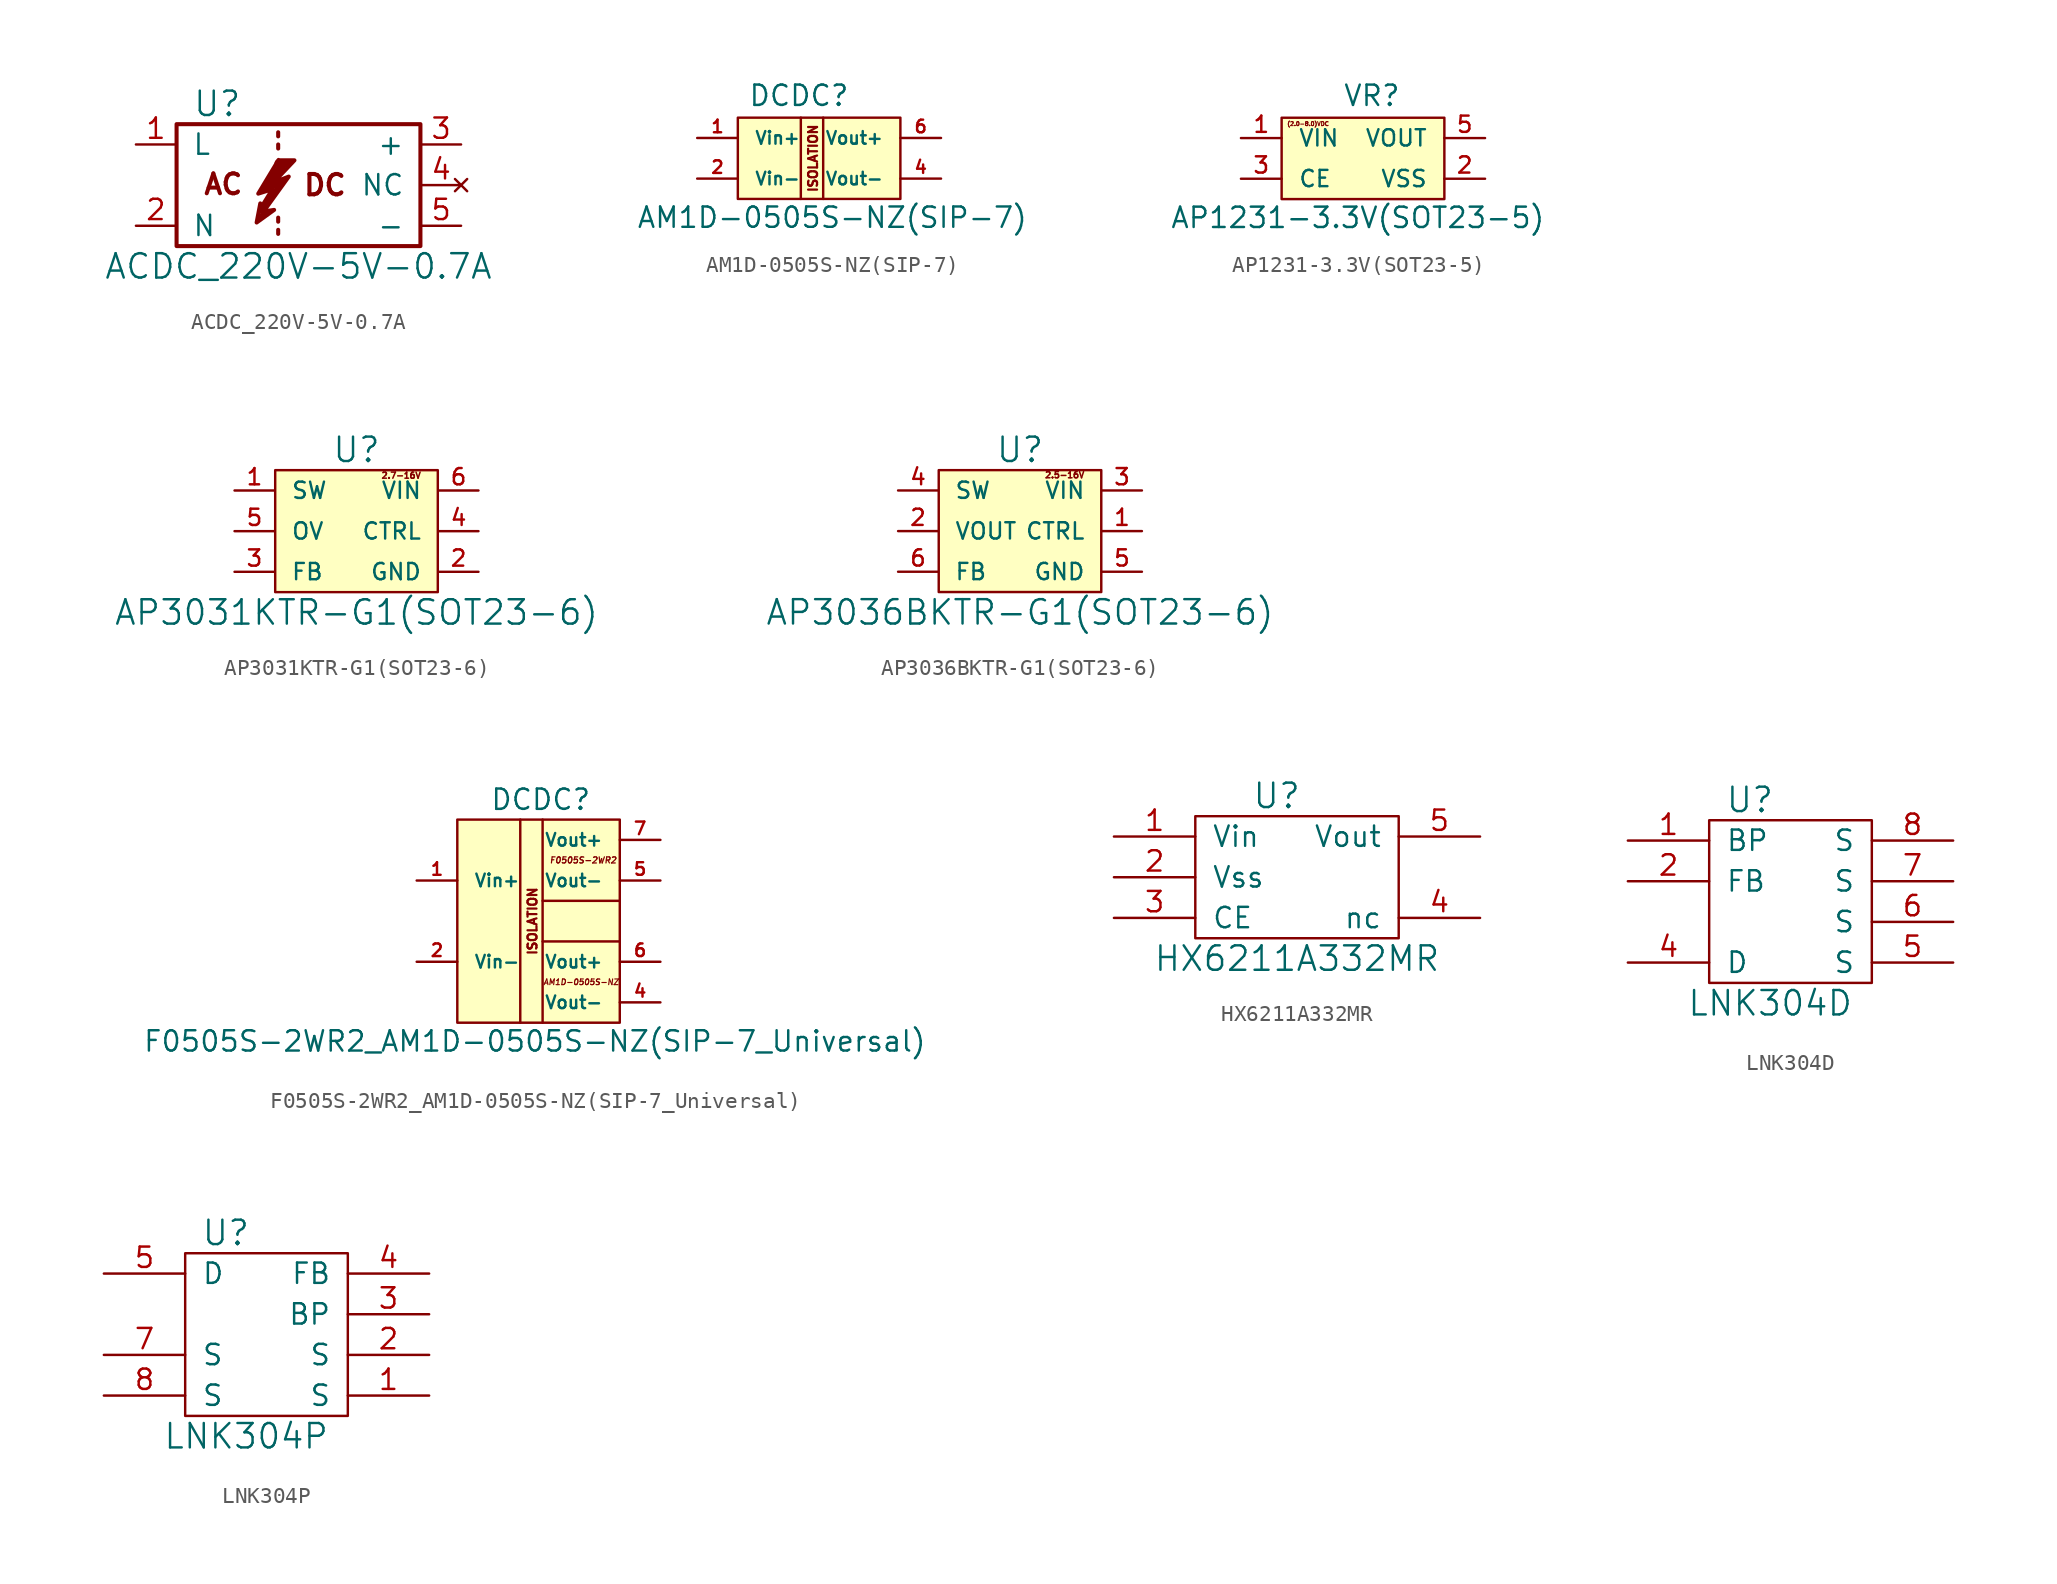
<source format=kicad_sym>
(kicad_symbol_lib
  (version 20211014)
  (generator kicad_symbol_editor)
  (symbol "ACDC_220V-5V-0.7A"
    (pin_names
      (offset 1.016))
    (property "Reference" "U"
      (at -2.54 5.08 0)
      (effects (font (size 1.524 1.524))))
    (property "Value" "ACDC_220V-5V-0.7A"
      (at 2.54 -5.08 0)
      (effects (font (size 1.524 1.524))))
    (property "Footprint" ""
      (at 1.778 -0.076 0)
      (effects (font (size 1.524 1.524))))
    (property "Datasheet" ""
      (at 1.778 -0.076 0)
      (effects (font (size 1.524 1.524))))
    (symbol "ACDC_220V-5V-0.7A_0_0"
      (polyline (pts (xy 0.457 -1.753) (xy 0.178 -1.956)) (stroke (width 0.305) (type default) (color 0 0 0 0)) (fill (type none)))
      (polyline (pts (xy 0.559 -0.102) (xy 1.372 0.178)) (stroke (width 0.508) (type default) (color 0 0 0 0)) (fill (type none)))
      (polyline (pts (xy 1.245 -0.127) (xy 0.203 -1.651)) (stroke (width 0.305) (type default) (color 0 0 0 0)) (fill (type none)))
      (polyline (pts (xy 1.27 -2.794) (xy 1.27 -3.048)) (stroke (width 0.254) (type default) (color 0 0 0 0)) (fill (type none)))
      (polyline (pts (xy 1.27 -2.032) (xy 1.27 -2.286)) (stroke (width 0.254) (type default) (color 0 0 0 0)) (fill (type none)))
      (polyline (pts (xy 1.27 2.54) (xy 1.27 2.286)) (stroke (width 0.254) (type default) (color 0 0 0 0)) (fill (type none)))
      (polyline (pts (xy 1.27 3.302) (xy 1.27 3.048)) (stroke (width 0.254) (type default) (color 0 0 0 0)) (fill (type none)))
      (polyline (pts (xy 1.295 1.372) (xy 1.854 1.372)) (stroke (width 0.508) (type default) (color 0 0 0 0)) (fill (type none)))
      (polyline (pts (xy 1.651 1.372) (xy 0.457 -0.152)) (stroke (width 0.508) (type default) (color 0 0 0 0)) (fill (type none)))
      (polyline (pts (xy 1.295 1.549) (xy 2.286 1.549) (xy 0.965 0.152) (xy 1.93 0.533) (xy 0.356 -1.651) (xy 1.016 -1.549) (xy -0.076 -2.337) (xy 0.152 -1.143) (xy 0.254 -1.321) (xy 0.914 -0.254) (xy 0.025 -0.533) (xy 1.295 1.575)) (stroke (width 0.254) (type default) (color 0 0 0 0)) (fill (type none)))
      (text "AC" (at -2.159 0.051 0) (effects (font (size 1.245 1.245) bold)))
      (text "DC" (at 4.191 0 0) (effects (font (size 1.27 1.27) bold))))
    (symbol "ACDC_220V-5V-0.7A_0_1"
      (rectangle (start -5.08 3.81) (end 10.16 -3.81) (stroke (width 0.254) (type default) (color 0 0 0 0)) (fill (type none))))
    (symbol "ACDC_220V-5V-0.7A_1_1"
      (pin input line (at -7.62 2.54 0) (length 2.489) (name "L" (effects (font (size 1.27 1.27)))) (number "1" (effects (font (size 1.27 1.27)))))
      (pin input line (at -7.62 -2.54 0) (length 2.489) (name "N" (effects (font (size 1.27 1.27)))) (number "2" (effects (font (size 1.27 1.27)))))
      (pin power_out line (at 12.7 2.54 180) (length 2.489) (name "+" (effects (font (size 1.27 1.27)))) (number "3" (effects (font (size 1.27 1.27)))))
      (pin no_connect line (at 12.7 0 180) (length 2.489) (name "NC" (effects (font (size 1.27 1.27)))) (number "4" (effects (font (size 1.27 1.27)))))
      (pin power_in line (at 12.7 -2.54 180) (length 2.489) (name "-" (effects (font (size 1.27 1.27)))) (number "5" (effects (font (size 1.27 1.27)))))))
  (symbol "AM1D-0505S-NZ(SIP-7)"
    (pin_names
      (offset 1.016))
    (property "Reference" "DCDC"
      (at -4.445 1.905 0)
      (effects (font (size 1.27 1.27)) (justify left bottom)))
    (property "Value" "AM1D-0505S-NZ(SIP-7)"
      (at -11.43 -5.715 0)
      (effects (font (size 1.27 1.27)) (justify left bottom)))
    (property "Datasheet" ""
      (at 0 -1.27 0)
      (effects (font (size 2.54 2.54))))
    (symbol "AM1D-0505S-NZ(SIP-7)_0_0"
      (text "ISOLATION" (at -0.381 -1.27 900) (effects (font (size 0.559 0.559)))))
    (symbol "AM1D-0505S-NZ(SIP-7)_1_0"
      (polyline (pts (xy -1.143 1.27) (xy -1.143 -3.81)) (stroke (width 0) (type default) (color 0 0 0 0)) (fill (type none)))
      (polyline (pts (xy 0.254 1.27) (xy 0.254 -3.81)) (stroke (width 0) (type default) (color 0 0 0 0)) (fill (type none)))
      (rectangle (start 5.08 1.27) (end -5.08 -3.81) (stroke (width 0) (type default) (color 0 0 0 0)) (fill (type background))))
    (symbol "AM1D-0505S-NZ(SIP-7)_1_1"
      (pin power_in line (at -7.62 0 0) (length 2.54) (name "Vin+" (effects (font (size 0.787 0.787)))) (number "1" (effects (font (size 0.787 0.787)))))
      (pin input line (at -7.62 -2.54 0) (length 2.54) (name "Vin-" (effects (font (size 0.787 0.787)))) (number "2" (effects (font (size 0.787 0.787)))))
      (pin power_in line (at 7.62 -2.54 180) (length 2.54) (name "Vout-" (effects (font (size 0.787 0.787)))) (number "4" (effects (font (size 0.787 0.787)))))
      (pin power_out line (at 7.62 0 180) (length 2.54) (name "Vout+" (effects (font (size 0.787 0.787)))) (number "6" (effects (font (size 0.787 0.787)))))))
  (symbol "AP1231-3.3V(SOT23-5)"
    (pin_names
      (offset 1.016))
    (property "Reference" "VR"
      (at -1.27 3.175 0)
      (effects (font (size 1.27 1.27)) (justify left bottom)))
    (property "Value" "AP1231-3.3V(SOT23-5)"
      (at -12.065 -4.445 0)
      (effects (font (size 1.27 1.27)) (justify left bottom)))
    (symbol "AP1231-3.3V(SOT23-5)_0_0"
      (text "(2.0-8.0)VDC" (at -3.429 2.159 0) (effects (font (size 0.254 0.254)))))
    (symbol "AP1231-3.3V(SOT23-5)_1_0"
      (rectangle (start -5.08 2.54) (end 5.08 -2.54) (stroke (width 0) (type default) (color 0 0 0 0)) (fill (type background))))
    (symbol "AP1231-3.3V(SOT23-5)_1_1"
      (pin power_in line (at -7.62 1.27 0) (length 2.54) (name "VIN" (effects (font (size 1.016 1.016)))) (number "1" (effects (font (size 1.016 1.016)))))
      (pin power_in line (at 7.62 -1.27 180) (length 2.54) (name "VSS" (effects (font (size 1.016 1.016)))) (number "2" (effects (font (size 1.016 1.016)))))
      (pin input line (at -7.62 -1.27 0) (length 2.54) (name "CE" (effects (font (size 1.016 1.016)))) (number "3" (effects (font (size 1.016 1.016)))))
      (pin power_out line (at 7.62 1.27 180) (length 2.54) (name "VOUT" (effects (font (size 1.016 1.016)))) (number "5" (effects (font (size 1.016 1.016)))))))
  (symbol "AP3031KTR-G1(SOT23-6)"
    (pin_names
      (offset 1.016))
    (property "Reference" "U"
      (at 0 5.08 0)
      (effects (font (size 1.524 1.524))))
    (property "Value" "AP3031KTR-G1(SOT23-6)"
      (at 0 -5.08 0)
      (effects (font (size 1.524 1.524))))
    (symbol "AP3031KTR-G1(SOT23-6)_0_0"
      (text "2.7-16V" (at 2.794 3.48 0) (effects (font (size 0.381 0.381)))))
    (symbol "AP3031KTR-G1(SOT23-6)_1_0"
      (rectangle (start -5.08 3.81) (end 5.08 -3.81) (stroke (width 0) (type default) (color 0 0 0 0)) (fill (type background))))
    (symbol "AP3031KTR-G1(SOT23-6)_1_1"
      (pin open_collector line (at -7.62 2.54 0) (length 2.489) (name "SW" (effects (font (size 1.016 1.016)))) (number "1" (effects (font (size 1.016 1.016)))))
      (pin power_in line (at 7.62 -2.54 180) (length 2.489) (name "GND" (effects (font (size 1.016 1.016)))) (number "2" (effects (font (size 1.016 1.016)))))
      (pin input line (at -7.62 -2.54 0) (length 2.489) (name "FB" (effects (font (size 1.016 1.016)))) (number "3" (effects (font (size 1.016 1.016)))))
      (pin input line (at 7.62 0 180) (length 2.489) (name "CTRL" (effects (font (size 1.016 1.016)))) (number "4" (effects (font (size 1.016 1.016)))))
      (pin input line (at -7.62 0 0) (length 2.489) (name "OV" (effects (font (size 1.016 1.016)))) (number "5" (effects (font (size 1.016 1.016)))))
      (pin power_in line (at 7.62 2.54 180) (length 2.489) (name "VIN" (effects (font (size 1.016 1.016)))) (number "6" (effects (font (size 1.016 1.016)))))))
  (symbol "AP3036BKTR-G1(SOT23-6)"
    (pin_names
      (offset 1.016))
    (property "Reference" "U"
      (at 0 5.08 0)
      (effects (font (size 1.524 1.524))))
    (property "Value" "AP3036BKTR-G1(SOT23-6)"
      (at 0 -5.08 0)
      (effects (font (size 1.524 1.524))))
    (symbol "AP3036BKTR-G1(SOT23-6)_0_0"
      (text "2.5-16V" (at 2.794 3.505 0) (effects (font (size 0.381 0.381)))))
    (symbol "AP3036BKTR-G1(SOT23-6)_1_0"
      (rectangle (start -5.08 3.81) (end 5.08 -3.81) (stroke (width 0) (type default) (color 0 0 0 0)) (fill (type background))))
    (symbol "AP3036BKTR-G1(SOT23-6)_1_1"
      (pin input line (at 7.62 0 180) (length 2.489) (name "CTRL" (effects (font (size 1.016 1.016)))) (number "1" (effects (font (size 1.016 1.016)))))
      (pin power_out line (at -7.62 0 0) (length 2.489) (name "VOUT" (effects (font (size 1.016 1.016)))) (number "2" (effects (font (size 1.016 1.016)))))
      (pin power_in line (at 7.62 2.54 180) (length 2.489) (name "VIN" (effects (font (size 1.016 1.016)))) (number "3" (effects (font (size 1.016 1.016)))))
      (pin open_collector line (at -7.62 2.54 0) (length 2.489) (name "SW" (effects (font (size 1.016 1.016)))) (number "4" (effects (font (size 1.016 1.016)))))
      (pin power_in line (at 7.62 -2.54 180) (length 2.489) (name "GND" (effects (font (size 1.016 1.016)))) (number "5" (effects (font (size 1.016 1.016)))))
      (pin input line (at -7.62 -2.54 0) (length 2.489) (name "FB" (effects (font (size 1.016 1.016)))) (number "6" (effects (font (size 1.016 1.016)))))))
  (symbol "F0505S-2WR2_AM1D-0505S-NZ(SIP-7_Universal)"
    (pin_names
      (offset 1.016))
    (property "Reference" "DCDC"
      (at -3.048 6.858 0)
      (effects (font (size 1.27 1.27)) (justify left bottom)))
    (property "Value" "F0505S-2WR2_AM1D-0505S-NZ(SIP-7_Universal)"
      (at -24.765 -8.255 0)
      (effects (font (size 1.27 1.27)) (justify left bottom)))
    (property "Datasheet" ""
      (at 0 -1.27 0)
      (effects (font (size 2.54 2.54))))
    (symbol "F0505S-2WR2_AM1D-0505S-NZ(SIP-7_Universal)_0_0"
      (polyline (pts (xy 5.08 -1.27) (xy 0.254 -1.27)) (stroke (width 0) (type default) (color 0 0 0 0)) (fill (type none)))
      (polyline (pts (xy 5.08 1.27) (xy 0.254 1.27)) (stroke (width 0) (type default) (color 0 0 0 0)) (fill (type none)))
      (text "AM1D-0505S-NZ" (at 2.667 -3.81 0) (effects (font (size 0.356 0.356) bold italic)))
      (text "F0505S-2WR2" (at 2.794 3.81 0) (effects (font (size 0.381 0.381) bold italic)))
      (text "ISOLATION" (at -0.381 0 900) (effects (font (size 0.559 0.559)))))
    (symbol "F0505S-2WR2_AM1D-0505S-NZ(SIP-7_Universal)_1_0"
      (polyline (pts (xy -1.143 6.35) (xy -1.143 -6.35)) (stroke (width 0) (type default) (color 0 0 0 0)) (fill (type none)))
      (polyline (pts (xy 0.254 6.35) (xy 0.254 -6.35)) (stroke (width 0) (type default) (color 0 0 0 0)) (fill (type none)))
      (rectangle (start 5.08 6.35) (end -5.08 -6.35) (stroke (width 0) (type default) (color 0 0 0 0)) (fill (type background))))
    (symbol "F0505S-2WR2_AM1D-0505S-NZ(SIP-7_Universal)_1_1"
      (pin power_in line (at -7.62 2.54 0) (length 2.54) (name "Vin+" (effects (font (size 0.787 0.787)))) (number "1" (effects (font (size 0.787 0.787)))))
      (pin input line (at -7.62 -2.54 0) (length 2.54) (name "Vin-" (effects (font (size 0.787 0.787)))) (number "2" (effects (font (size 0.787 0.787)))))
      (pin power_in line (at 7.62 -5.08 180) (length 2.54) (name "Vout-" (effects (font (size 0.787 0.787)))) (number "4" (effects (font (size 0.787 0.787)))))
      (pin power_in line (at 7.62 2.54 180) (length 2.54) (name "Vout-" (effects (font (size 0.787 0.787)))) (number "5" (effects (font (size 0.787 0.787)))))
      (pin power_in line (at 7.62 -2.54 180) (length 2.54) (name "Vout+" (effects (font (size 0.787 0.787)))) (number "6" (effects (font (size 0.787 0.787)))))
      (pin power_in line (at 7.62 5.08 180) (length 2.54) (name "Vout+" (effects (font (size 0.787 0.787)))) (number "7" (effects (font (size 0.787 0.787)))))))
  (symbol "HX6211A332MR"
    (pin_names
      (offset 1.016))
    (property "Reference" "U"
      (at -1.27 5.08 0)
      (effects (font (size 1.524 1.524))))
    (property "Value" "HX6211A332MR"
      (at 0 -5.08 0)
      (effects (font (size 1.524 1.524))))
    (symbol "HX6211A332MR_0_1"
      (rectangle (start -6.35 3.81) (end 6.35 -3.81) (stroke (width 0) (type default) (color 0 0 0 0)) (fill (type none))))
    (symbol "HX6211A332MR_1_1"
      (pin power_in line (at -11.43 2.54 0) (length 5.08) (name "Vin" (effects (font (size 1.27 1.27)))) (number "1" (effects (font (size 1.27 1.27)))))
      (pin power_in line (at -11.43 0 0) (length 5.08) (name "Vss" (effects (font (size 1.27 1.27)))) (number "2" (effects (font (size 1.27 1.27)))))
      (pin input line (at -11.43 -2.54 0) (length 5.08) (name "CE" (effects (font (size 1.27 1.27)))) (number "3" (effects (font (size 1.27 1.27)))))
      (pin passive line (at 11.43 -2.54 180) (length 5.08) (name "nc" (effects (font (size 1.27 1.27)))) (number "4" (effects (font (size 1.27 1.27)))))
      (pin power_out line (at 11.43 2.54 180) (length 5.08) (name "Vout" (effects (font (size 1.27 1.27)))) (number "5" (effects (font (size 1.27 1.27)))))))
  (symbol "LNK304D"
    (pin_names
      (offset 1.016))
    (property "Reference" "U"
      (at -2.54 6.35 0)
      (effects (font (size 1.524 1.524))))
    (property "Value" "LNK304D"
      (at -1.27 -6.35 0)
      (effects (font (size 1.524 1.524))))
    (property "Footprint" ""
      (at 0 0 0)
      (effects (font (size 1.524 1.524))))
    (property "Datasheet" ""
      (at 0 0 0)
      (effects (font (size 1.524 1.524))))
    (symbol "LNK304D_0_1"
      (rectangle (start -5.08 5.08) (end 5.08 -5.08) (stroke (width 0) (type default) (color 0 0 0 0)) (fill (type none))))
    (symbol "LNK304D_1_1"
      (pin input line (at -10.16 3.81 0) (length 5.08) (name "BP" (effects (font (size 1.27 1.27)))) (number "1" (effects (font (size 1.27 1.27)))))
      (pin input line (at -10.16 1.27 0) (length 5.08) (name "FB" (effects (font (size 1.27 1.27)))) (number "2" (effects (font (size 1.27 1.27)))))
      (pin input line (at -10.16 -3.81 0) (length 5.08) (name "D" (effects (font (size 1.27 1.27)))) (number "4" (effects (font (size 1.27 1.27)))))
      (pin input line (at 10.16 -3.81 180) (length 5.08) (name "S" (effects (font (size 1.27 1.27)))) (number "5" (effects (font (size 1.27 1.27)))))
      (pin input line (at 10.16 -1.27 180) (length 5.08) (name "S" (effects (font (size 1.27 1.27)))) (number "6" (effects (font (size 1.27 1.27)))))
      (pin input line (at 10.16 1.27 180) (length 5.08) (name "S" (effects (font (size 1.27 1.27)))) (number "7" (effects (font (size 1.27 1.27)))))
      (pin input line (at 10.16 3.81 180) (length 5.08) (name "S" (effects (font (size 1.27 1.27)))) (number "8" (effects (font (size 1.27 1.27)))))))
  (symbol "LNK304P"
    (pin_names
      (offset 1.016))
    (property "Reference" "U"
      (at -2.54 6.35 0)
      (effects (font (size 1.524 1.524))))
    (property "Value" "LNK304P"
      (at -1.27 -6.35 0)
      (effects (font (size 1.524 1.524))))
    (property "Footprint" ""
      (at 0 0 0)
      (effects (font (size 1.524 1.524))))
    (property "Datasheet" ""
      (at 0 0 0)
      (effects (font (size 1.524 1.524))))
    (symbol "LNK304P_0_1"
      (rectangle (start -5.08 5.08) (end 5.08 -5.08) (stroke (width 0) (type default) (color 0 0 0 0)) (fill (type none))))
    (symbol "LNK304P_1_1"
      (pin input line (at 10.16 -3.81 180) (length 5.08) (name "S" (effects (font (size 1.27 1.27)))) (number "1" (effects (font (size 1.27 1.27)))))
      (pin input line (at 10.16 -1.27 180) (length 5.08) (name "S" (effects (font (size 1.27 1.27)))) (number "2" (effects (font (size 1.27 1.27)))))
      (pin input line (at 10.16 1.27 180) (length 5.08) (name "BP" (effects (font (size 1.27 1.27)))) (number "3" (effects (font (size 1.27 1.27)))))
      (pin input line (at 10.16 3.81 180) (length 5.08) (name "FB" (effects (font (size 1.27 1.27)))) (number "4" (effects (font (size 1.27 1.27)))))
      (pin input line (at -10.16 3.81 0) (length 5.08) (name "D" (effects (font (size 1.27 1.27)))) (number "5" (effects (font (size 1.27 1.27)))))
      (pin input line (at -10.16 -1.27 0) (length 5.08) (name "S" (effects (font (size 1.27 1.27)))) (number "7" (effects (font (size 1.27 1.27)))))
      (pin input line (at -10.16 -3.81 0) (length 5.08) (name "S" (effects (font (size 1.27 1.27)))) (number "8" (effects (font (size 1.27 1.27))))))))
</source>
